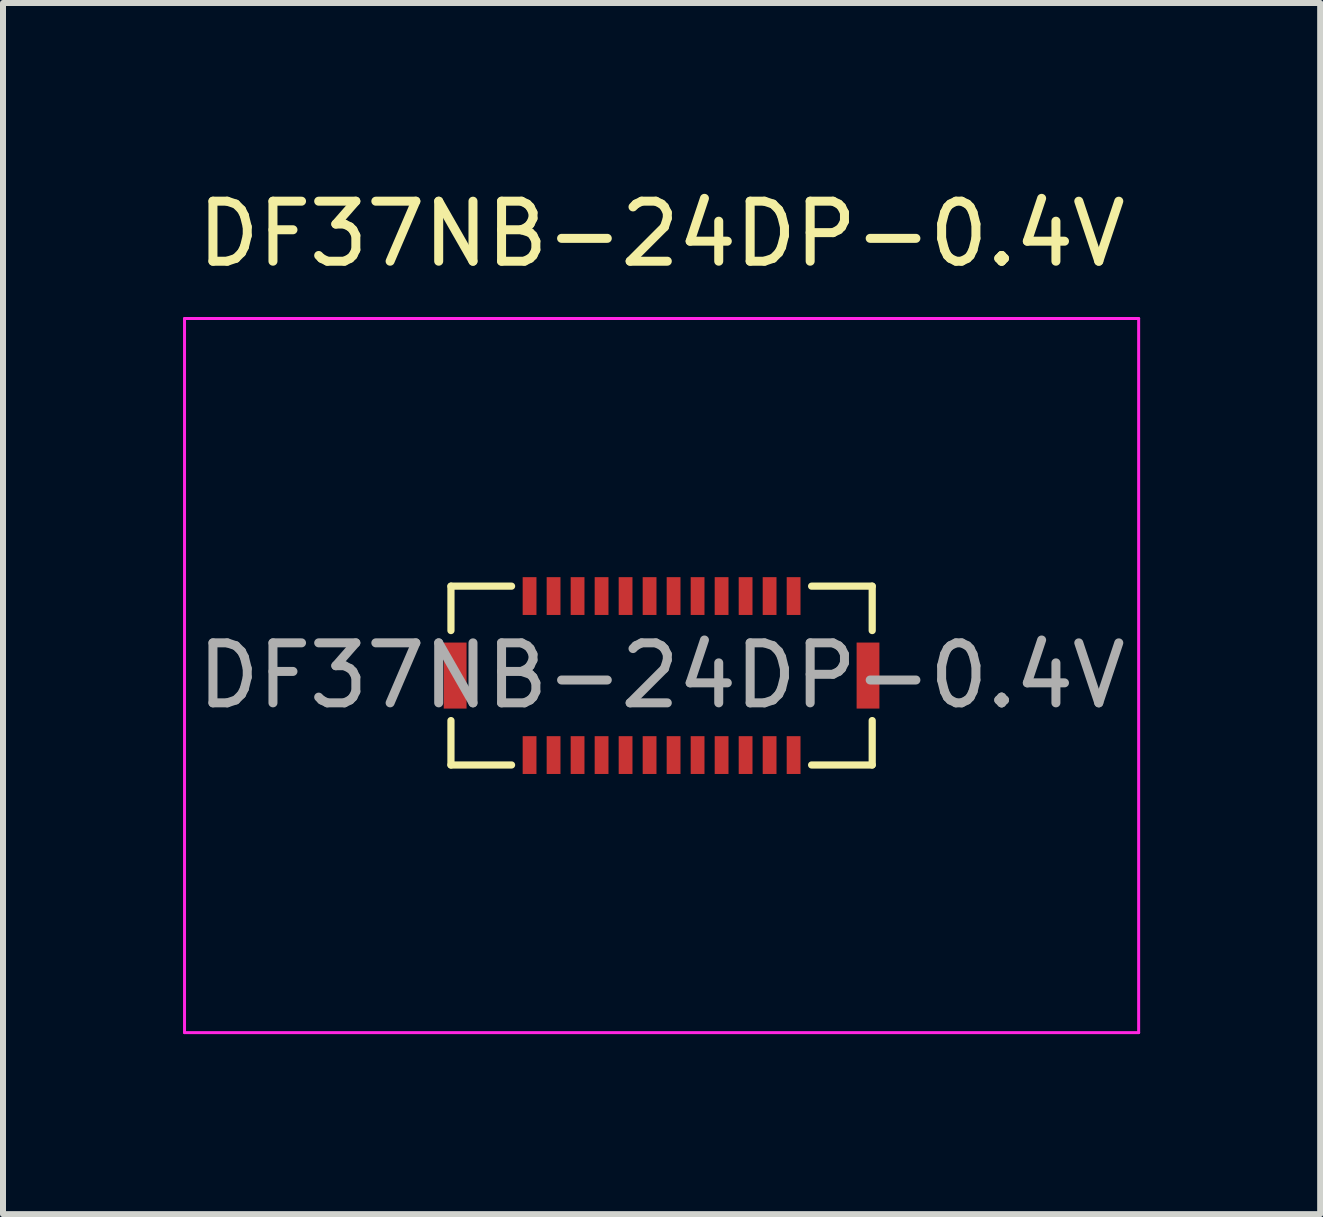
<source format=kicad_pcb>
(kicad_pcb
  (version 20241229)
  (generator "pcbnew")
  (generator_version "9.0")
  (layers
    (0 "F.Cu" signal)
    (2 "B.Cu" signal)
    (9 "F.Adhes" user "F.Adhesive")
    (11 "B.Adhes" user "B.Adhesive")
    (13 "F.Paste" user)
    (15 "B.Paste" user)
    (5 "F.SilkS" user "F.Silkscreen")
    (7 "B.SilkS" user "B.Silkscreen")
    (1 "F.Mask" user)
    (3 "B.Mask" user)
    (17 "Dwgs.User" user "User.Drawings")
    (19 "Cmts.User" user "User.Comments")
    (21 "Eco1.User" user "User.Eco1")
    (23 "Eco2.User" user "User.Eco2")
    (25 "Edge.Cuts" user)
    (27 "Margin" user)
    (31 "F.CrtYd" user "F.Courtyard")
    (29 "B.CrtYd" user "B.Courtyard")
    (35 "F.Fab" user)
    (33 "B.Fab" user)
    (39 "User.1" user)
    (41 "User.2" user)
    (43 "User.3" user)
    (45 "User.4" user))
  (footprint "DF37NB-24DP-0.4V"
    (layer "F.Cu")
    (at 7.975 8.208)
    (property "Reference" "DF37NB-24DP-0.4V" (at 0 -7.36 0) (layer "F.SilkS") (effects (font (size 1 1) (thickness 0.15))))
    (attr smd)
    (fp_line (start -3.51 -1.49) (end -3.51 -0.75) (stroke (width 0.12) (type solid)) (layer "F.SilkS"))
    (fp_line (start -3.51 -1.49) (end -2.5 -1.49) (stroke (width 0.12) (type solid)) (layer "F.SilkS"))
    (fp_line (start -3.51 1.49) (end -3.51 0.75) (stroke (width 0.12) (type solid)) (layer "F.SilkS"))
    (fp_line (start -3.51 1.49) (end -2.5 1.49) (stroke (width 0.12) (type solid)) (layer "F.SilkS"))
    (fp_line (start 3.51 -1.49) (end 2.5 -1.49) (stroke (width 0.12) (type solid)) (layer "F.SilkS"))
    (fp_line (start 3.51 -1.49) (end 3.51 -0.75) (stroke (width 0.12) (type solid)) (layer "F.SilkS"))
    (fp_line (start 3.51 1.49) (end 2.5 1.49) (stroke (width 0.12) (type solid)) (layer "F.SilkS"))
    (fp_line (start 3.51 1.49) (end 3.51 0.75) (stroke (width 0.12) (type solid)) (layer "F.SilkS"))
    (fp_line (start -7.95 5.95) (end -7.95 -5.95) (stroke (width 0.05) (type solid)) (layer "F.CrtYd"))
    (fp_line (start -7.95 5.95) (end 7.95 5.95) (stroke (width 0.05) (type solid)) (layer "F.CrtYd"))
    (fp_line (start 7.95 -5.95) (end -7.95 -5.95) (stroke (width 0.05) (type solid)) (layer "F.CrtYd"))
    (fp_line (start 7.95 5.95) (end 7.95 -5.95) (stroke (width 0.05) (type solid)) (layer "F.CrtYd"))
    (fp_text user "${REFERENCE}" (at 0 0 0) (layer "F.Fab") (effects (font (size 1 1) (thickness 0.15))))
    (pad "" smd rect (at -3.44 0) (size 0.38 1.1) (layers "F.Cu" "F.Mask" "F.Paste"))
    (pad "" smd rect (at 3.44 0) (size 0.38 1.1) (layers "F.Cu" "F.Mask" "F.Paste"))
    (pad "1" smd rect (at -2.2 1.325) (size 0.23 0.63) (layers "F.Cu" "F.Mask" "F.Paste"))
    (pad "2" smd rect (at -1.8 1.325) (size 0.23 0.63) (layers "F.Cu" "F.Mask" "F.Paste"))
    (pad "3" smd rect (at -1.4 1.325) (size 0.23 0.63) (layers "F.Cu" "F.Mask" "F.Paste"))
    (pad "4" smd rect (at -1 1.325) (size 0.23 0.63) (layers "F.Cu" "F.Mask" "F.Paste"))
    (pad "5" smd rect (at -0.6 1.325) (size 0.23 0.63) (layers "F.Cu" "F.Mask" "F.Paste"))
    (pad "6" smd rect (at -0.2 1.325) (size 0.23 0.63) (layers "F.Cu" "F.Mask" "F.Paste"))
    (pad "7" smd rect (at 0.2 1.325) (size 0.23 0.63) (layers "F.Cu" "F.Mask" "F.Paste"))
    (pad "8" smd rect (at 0.6 1.325) (size 0.23 0.63) (layers "F.Cu" "F.Mask" "F.Paste"))
    (pad "9" smd rect (at 1 1.325) (size 0.23 0.63) (layers "F.Cu" "F.Mask" "F.Paste"))
    (pad "10" smd rect (at 1.4 1.325) (size 0.23 0.63) (layers "F.Cu" "F.Mask" "F.Paste"))
    (pad "11" smd rect (at 1.8 1.325) (size 0.23 0.63) (layers "F.Cu" "F.Mask" "F.Paste"))
    (pad "12" smd rect (at 2.2 1.325) (size 0.23 0.63) (layers "F.Cu" "F.Mask" "F.Paste"))
    (pad "13" smd rect (at 2.2 -1.325) (size 0.23 0.63) (layers "F.Cu" "F.Mask" "F.Paste"))
    (pad "14" smd rect (at 1.8 -1.325) (size 0.23 0.63) (layers "F.Cu" "F.Mask" "F.Paste"))
    (pad "15" smd rect (at 1.4 -1.325) (size 0.23 0.63) (layers "F.Cu" "F.Mask" "F.Paste"))
    (pad "16" smd rect (at 1 -1.325) (size 0.23 0.63) (layers "F.Cu" "F.Mask" "F.Paste"))
    (pad "17" smd rect (at 0.6 -1.325) (size 0.23 0.63) (layers "F.Cu" "F.Mask" "F.Paste"))
    (pad "18" smd rect (at 0.2 -1.325) (size 0.23 0.63) (layers "F.Cu" "F.Mask" "F.Paste"))
    (pad "19" smd rect (at -0.2 -1.325) (size 0.23 0.63) (layers "F.Cu" "F.Mask" "F.Paste"))
    (pad "20" smd rect (at -0.6 -1.325) (size 0.23 0.63) (layers "F.Cu" "F.Mask" "F.Paste"))
    (pad "21" smd rect (at -1 -1.325) (size 0.23 0.63) (layers "F.Cu" "F.Mask" "F.Paste"))
    (pad "22" smd rect (at -1.4 -1.325) (size 0.23 0.63) (layers "F.Cu" "F.Mask" "F.Paste"))
    (pad "23" smd rect (at -1.8 -1.325) (size 0.23 0.63) (layers "F.Cu" "F.Mask" "F.Paste"))
    (pad "24" smd rect (at -2.2 -1.325) (size 0.23 0.63) (layers "F.Cu" "F.Mask" "F.Paste")))
  (gr_rect
    (start -3 -3)
    (end 18.95 17.183)
    (stroke (width 0.1) (type default))
    (fill no)
    (layer "Edge.Cuts")))
</source>
